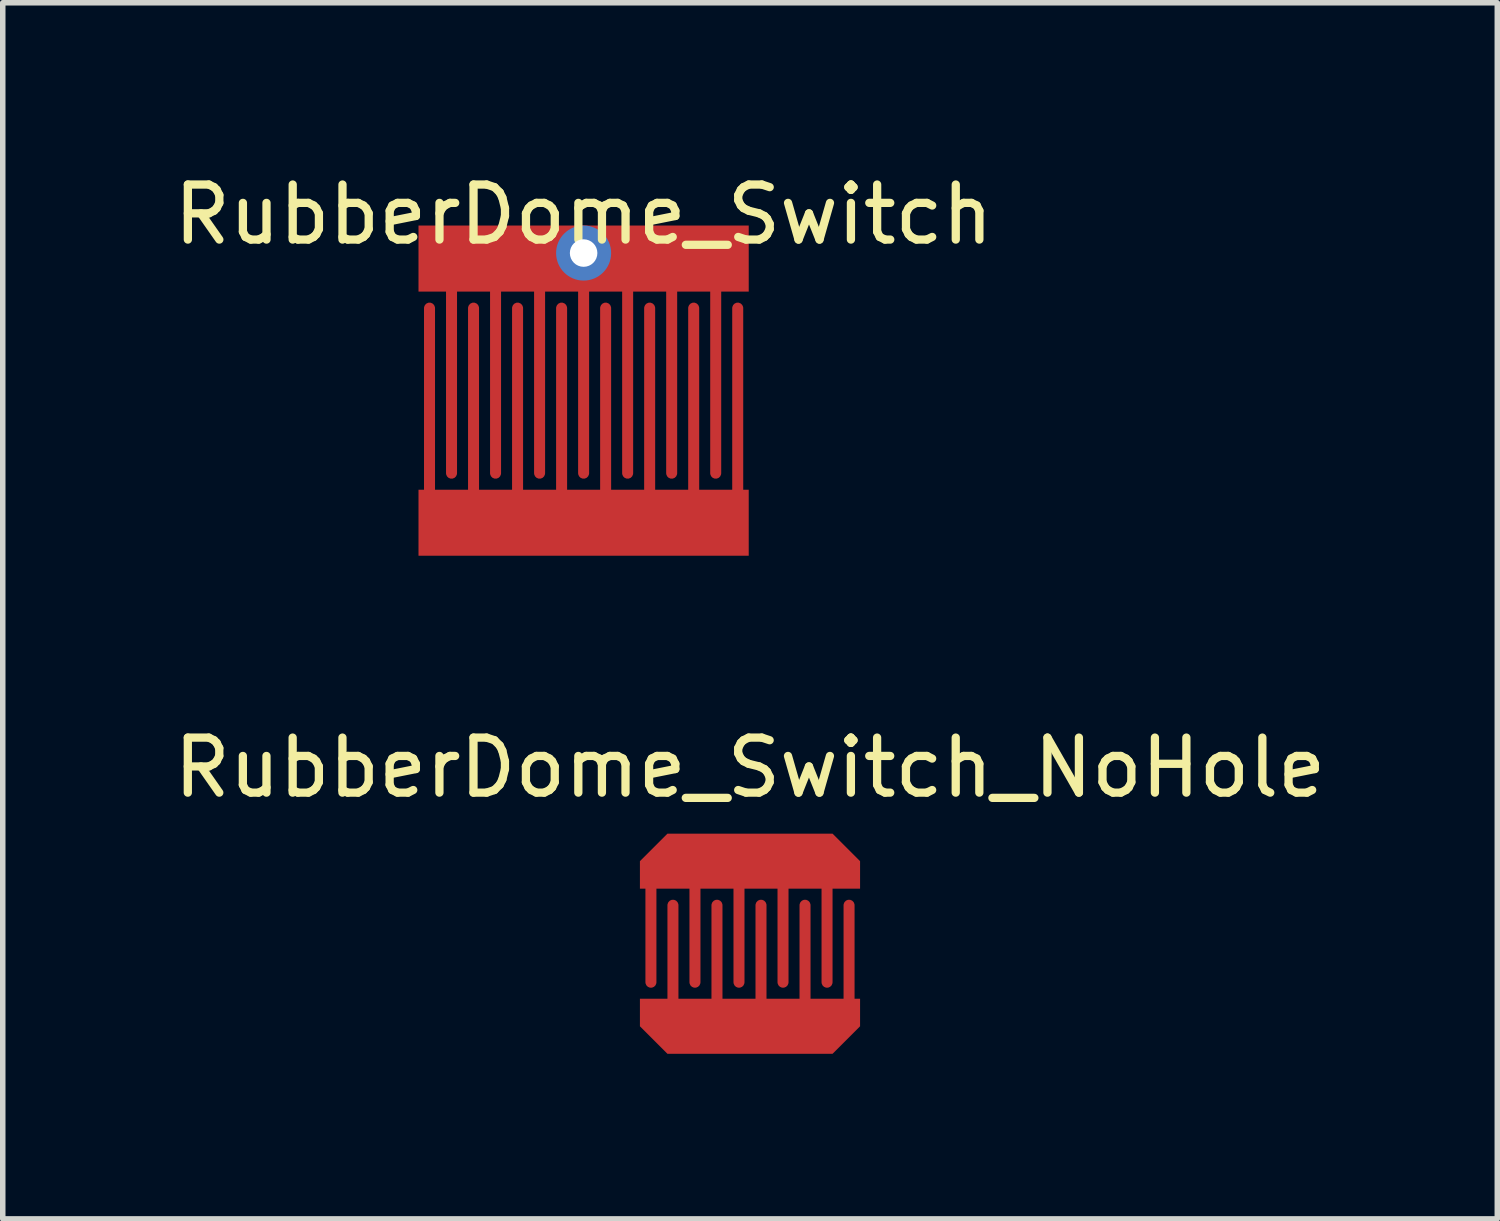
<source format=kicad_pcb>
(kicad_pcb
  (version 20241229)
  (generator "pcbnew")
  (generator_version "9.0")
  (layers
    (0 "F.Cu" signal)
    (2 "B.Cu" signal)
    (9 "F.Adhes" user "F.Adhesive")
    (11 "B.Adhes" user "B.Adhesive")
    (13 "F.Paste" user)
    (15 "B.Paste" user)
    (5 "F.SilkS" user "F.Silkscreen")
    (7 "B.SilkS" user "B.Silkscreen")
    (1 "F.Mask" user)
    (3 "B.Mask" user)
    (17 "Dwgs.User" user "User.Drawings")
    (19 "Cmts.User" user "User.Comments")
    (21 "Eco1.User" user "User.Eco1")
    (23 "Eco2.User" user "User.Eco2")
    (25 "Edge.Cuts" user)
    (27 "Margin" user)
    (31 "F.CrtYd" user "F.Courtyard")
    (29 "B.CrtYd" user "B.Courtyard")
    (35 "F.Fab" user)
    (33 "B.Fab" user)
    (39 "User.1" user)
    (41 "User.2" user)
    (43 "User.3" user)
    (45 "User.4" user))
  (footprint "RubberDome_Switch"
    (layer "F.Cu")
    (at 7.554 4.048)
    (property "Reference" "RubberDome_Switch" (at 0 -3.2 0) (unlocked yes) (layer "F.SilkS") (effects (font (size 1 1) (thickness 0.15))))
    (attr smd)
    (pad "1" thru_hole circle (at 0 -2.5) (size 1 1) (drill 0.5) (layers "*.Cu" "*.Mask"))
    (pad "1" smd custom (at 0 -2.4 180) (size 6 1.2) (layers "F.Cu" "F.Mask" "F.Paste") (options (anchor rect)) (primitives (gr_line (start -2.4 0) (end -2.4 -3.9) (width 0.2)) (gr_line (start 1.6 0) (end 1.6 -3.9) (width 0.2)) (gr_line (start 2.4 0) (end 2.4 -3.9) (width 0.2)) (gr_line (start 0.8 0) (end 0.8 -3.9) (width 0.2)) (gr_line (start 0 0) (end 0 -3.9) (width 0.2)) (gr_line (start -0.8 0) (end -0.8 -3.9) (width 0.2)) (gr_line (start -1.6 0) (end -1.6 -3.9) (width 0.2))))
    (pad "2" smd custom (at 0 2.4) (size 6 1.2) (layers "F.Cu" "F.Mask" "F.Paste") (options (anchor rect)) (primitives (gr_line (start 2.8 -3.9) (end 2.8 0) (width 0.2)) (gr_line (start 2 -3.9) (end 2 0) (width 0.2)) (gr_line (start 1.2 -3.9) (end 1.2 0) (width 0.2)) (gr_line (start 0.4 -3.9) (end 0.4 0) (width 0.2)) (gr_line (start -0.4 -3.9) (end -0.4 0) (width 0.2)) (gr_line (start -1.2 -3.9) (end -1.2 0) (width 0.2)) (gr_line (start -2 -3.9) (end -2 0) (width 0.2)) (gr_line (start -2.8 -3.9) (end -2.8 0) (width 0.2)))))
  (footprint "RubberDome_Switch_NoHole"
    (layer "F.Cu")
    (at 10.577 14.097)
    (property "Reference" "RubberDome_Switch_NoHole" (at 0 -3.2 0) (unlocked yes) (layer "F.SilkS") (effects (font (size 1 1) (thickness 0.15))))
    (attr smd)
    (pad "1" smd custom (at -0.05 -1.5) (size 1 1) (layers "F.Cu" "F.Mask") (options (anchor circle)) (primitives (gr_poly (pts (xy -1.95 0) (xy -1.45 -0.5) (xy 1.55 -0.5) (xy 2.05 0) (xy 2.05 0.5) (xy -1.95 0.5)) (width 0) (fill yes)) (gr_line (start 1.45 0.5) (end 1.45 2.2) (width 0.2)) (gr_line (start 0.65 0.5) (end 0.65 2.2) (width 0.2)) (gr_line (start -1.75 0.5) (end -1.75 2.2) (width 0.2)) (gr_line (start -0.95 0.5) (end -0.95 2.2) (width 0.2)) (gr_line (start -0.15 0.5) (end -0.15 2.2) (width 0.2))))
    (pad "2" smd custom (at 0.05 1.5 180) (size 1 1) (layers "F.Cu" "F.Mask") (options (anchor circle)) (primitives (gr_poly (pts (xy -1.95 0) (xy -1.45 -0.5) (xy 1.55 -0.5) (xy 2.05 0) (xy 2.05 0.5) (xy -1.95 0.5)) (width 0) (fill yes)) (gr_line (start 0.65 0.5) (end 0.65 2.2) (width 0.2)) (gr_line (start 1.45 0.5) (end 1.45 2.2) (width 0.2)) (gr_line (start -1.75 0.5) (end -1.75 2.2) (width 0.2)) (gr_line (start -0.95 0.5) (end -0.95 2.2) (width 0.2)) (gr_line (start -0.15 0.5) (end -0.15 2.2) (width 0.2)))))
  (gr_rect
    (start -3 -3)
    (end 24.155 19.096)
    (stroke (width 0.1) (type default))
    (fill no)
    (layer "Edge.Cuts")))
</source>
